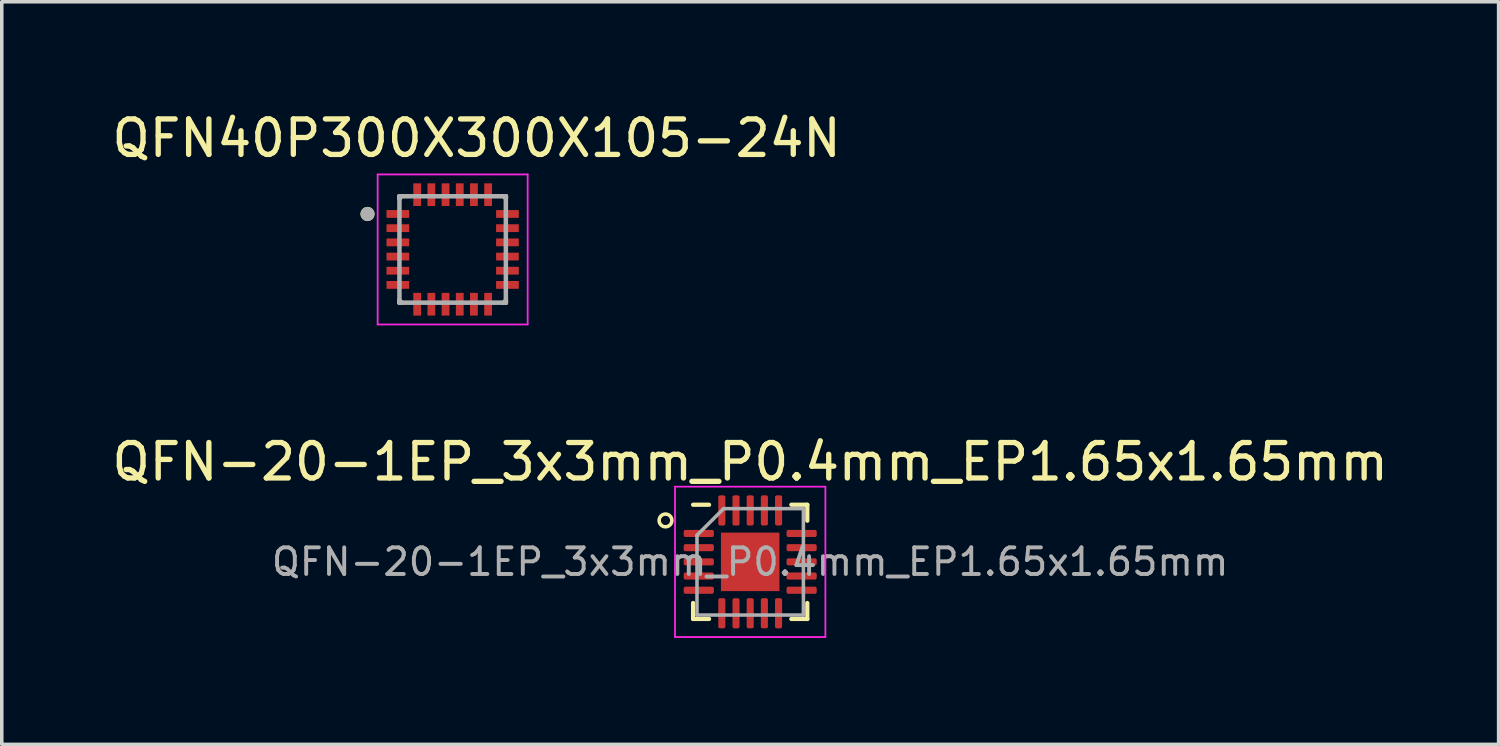
<source format=kicad_pcb>
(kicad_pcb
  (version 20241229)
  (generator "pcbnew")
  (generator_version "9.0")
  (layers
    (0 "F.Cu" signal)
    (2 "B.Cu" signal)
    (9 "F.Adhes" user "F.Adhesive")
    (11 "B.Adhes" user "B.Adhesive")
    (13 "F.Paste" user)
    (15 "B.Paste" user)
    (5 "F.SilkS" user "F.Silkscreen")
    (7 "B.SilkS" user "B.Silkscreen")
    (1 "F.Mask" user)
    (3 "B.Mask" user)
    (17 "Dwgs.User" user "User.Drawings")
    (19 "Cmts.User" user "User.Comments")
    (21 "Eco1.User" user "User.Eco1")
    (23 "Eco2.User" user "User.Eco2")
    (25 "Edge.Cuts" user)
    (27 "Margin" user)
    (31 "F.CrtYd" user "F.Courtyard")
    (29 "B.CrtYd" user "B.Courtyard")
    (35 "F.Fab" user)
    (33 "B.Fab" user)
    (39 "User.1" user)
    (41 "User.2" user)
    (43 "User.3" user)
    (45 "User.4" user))
  (footprint "QFN-20-1EP_3x3mm_P0.4mm_EP1.65x1.65mm"
    (layer "F.Cu")
    (at 18.101 12.791)
    (property "Reference" "QFN-20-1EP_3x3mm_P0.4mm_EP1.65x1.65mm" (at 0 -2.82 180) (layer "F.SilkS") (effects (font (size 1 1) (thickness 0.15))))
    (attr smd)
    (fp_line (start -1.61 1.61) (end -1.61 1.16) (stroke (width 0.12) (type solid)) (layer "F.SilkS"))
    (fp_line (start -1.16 -1.61) (end -1.61 -1.61) (stroke (width 0.12) (type solid)) (layer "F.SilkS"))
    (fp_line (start -1.16 1.61) (end -1.61 1.61) (stroke (width 0.12) (type solid)) (layer "F.SilkS"))
    (fp_line (start 1.16 -1.61) (end 1.61 -1.61) (stroke (width 0.12) (type solid)) (layer "F.SilkS"))
    (fp_line (start 1.16 1.61) (end 1.61 1.61) (stroke (width 0.12) (type solid)) (layer "F.SilkS"))
    (fp_line (start 1.61 -1.61) (end 1.61 -1.16) (stroke (width 0.12) (type solid)) (layer "F.SilkS"))
    (fp_line (start 1.61 1.61) (end 1.61 1.16) (stroke (width 0.12) (type solid)) (layer "F.SilkS"))
    (fp_circle (center -2.388 -1.168) (end -2.261 -1.295) (stroke (width 0.1) (type default)) (fill no) (layer "F.SilkS"))
    (fp_line (start -2.12 -2.12) (end -2.12 2.12) (stroke (width 0.05) (type solid)) (layer "F.CrtYd"))
    (fp_line (start -2.12 2.12) (end 2.12 2.12) (stroke (width 0.05) (type solid)) (layer "F.CrtYd"))
    (fp_line (start 2.12 -2.12) (end -2.12 -2.12) (stroke (width 0.05) (type solid)) (layer "F.CrtYd"))
    (fp_line (start 2.12 2.12) (end 2.12 -2.12) (stroke (width 0.05) (type solid)) (layer "F.CrtYd"))
    (fp_line (start -1.5 -0.75) (end -0.75 -1.5) (stroke (width 0.1) (type solid)) (layer "F.Fab"))
    (fp_line (start -1.5 1.5) (end -1.5 -0.75) (stroke (width 0.1) (type solid)) (layer "F.Fab"))
    (fp_line (start -0.75 -1.5) (end 1.5 -1.5) (stroke (width 0.1) (type solid)) (layer "F.Fab"))
    (fp_line (start 1.5 -1.5) (end 1.5 1.5) (stroke (width 0.1) (type solid)) (layer "F.Fab"))
    (fp_line (start 1.5 1.5) (end -1.5 1.5) (stroke (width 0.1) (type solid)) (layer "F.Fab"))
    (fp_text user "${REFERENCE}" (at 0 0 180) (layer "F.Fab") (effects (font (size 0.75 0.75) (thickness 0.11))))
    (pad "" smd roundrect (at -0.41 -0.41) (size 0.67 0.67) (layers "F.Paste") (roundrect_rratio 0.25))
    (pad "" smd roundrect (at -0.41 0.41) (size 0.67 0.67) (layers "F.Paste") (roundrect_rratio 0.25))
    (pad "" smd roundrect (at 0.41 -0.41) (size 0.67 0.67) (layers "F.Paste") (roundrect_rratio 0.25))
    (pad "" smd roundrect (at 0.41 0.41) (size 0.67 0.67) (layers "F.Paste") (roundrect_rratio 0.25))
    (pad "1" smd roundrect (at -1.45 -0.8) (size 0.85 0.2) (layers "F.Cu" "F.Mask" "F.Paste") (roundrect_rratio 0.25))
    (pad "2" smd roundrect (at -1.45 -0.4) (size 0.85 0.2) (layers "F.Cu" "F.Mask" "F.Paste") (roundrect_rratio 0.25))
    (pad "3" smd roundrect (at -1.45 0) (size 0.85 0.2) (layers "F.Cu" "F.Mask" "F.Paste") (roundrect_rratio 0.25))
    (pad "4" smd roundrect (at -1.45 0.4) (size 0.85 0.2) (layers "F.Cu" "F.Mask" "F.Paste") (roundrect_rratio 0.25))
    (pad "5" smd roundrect (at -1.45 0.8) (size 0.85 0.2) (layers "F.Cu" "F.Mask" "F.Paste") (roundrect_rratio 0.25))
    (pad "6" smd roundrect (at -0.8 1.45) (size 0.2 0.85) (layers "F.Cu" "F.Mask" "F.Paste") (roundrect_rratio 0.25))
    (pad "7" smd roundrect (at -0.4 1.45) (size 0.2 0.85) (layers "F.Cu" "F.Mask" "F.Paste") (roundrect_rratio 0.25))
    (pad "8" smd roundrect (at 0 1.45) (size 0.2 0.85) (layers "F.Cu" "F.Mask" "F.Paste") (roundrect_rratio 0.25))
    (pad "9" smd roundrect (at 0.4 1.45) (size 0.2 0.85) (layers "F.Cu" "F.Mask" "F.Paste") (roundrect_rratio 0.25))
    (pad "10" smd roundrect (at 0.8 1.45) (size 0.2 0.85) (layers "F.Cu" "F.Mask" "F.Paste") (roundrect_rratio 0.25))
    (pad "11" smd roundrect (at 1.45 0.8) (size 0.85 0.2) (layers "F.Cu" "F.Mask" "F.Paste") (roundrect_rratio 0.25))
    (pad "12" smd roundrect (at 1.45 0.4) (size 0.85 0.2) (layers "F.Cu" "F.Mask" "F.Paste") (roundrect_rratio 0.25))
    (pad "13" smd roundrect (at 1.45 0) (size 0.85 0.2) (layers "F.Cu" "F.Mask" "F.Paste") (roundrect_rratio 0.25))
    (pad "14" smd roundrect (at 1.45 -0.4) (size 0.85 0.2) (layers "F.Cu" "F.Mask" "F.Paste") (roundrect_rratio 0.25))
    (pad "15" smd roundrect (at 1.45 -0.8) (size 0.85 0.2) (layers "F.Cu" "F.Mask" "F.Paste") (roundrect_rratio 0.25))
    (pad "16" smd roundrect (at 0.8 -1.45) (size 0.2 0.85) (layers "F.Cu" "F.Mask" "F.Paste") (roundrect_rratio 0.25))
    (pad "17" smd roundrect (at 0.4 -1.45) (size 0.2 0.85) (layers "F.Cu" "F.Mask" "F.Paste") (roundrect_rratio 0.25))
    (pad "18" smd roundrect (at 0 -1.45) (size 0.2 0.85) (layers "F.Cu" "F.Mask" "F.Paste") (roundrect_rratio 0.25))
    (pad "19" smd roundrect (at -0.4 -1.45) (size 0.2 0.85) (layers "F.Cu" "F.Mask" "F.Paste") (roundrect_rratio 0.25))
    (pad "20" smd roundrect (at -0.8 -1.45) (size 0.2 0.85) (layers "F.Cu" "F.Mask" "F.Paste") (roundrect_rratio 0.25))
    (pad "21" smd rect (at 0 0) (size 1.65 1.65) (layers "F.Cu" "F.Mask")))
  (footprint "QFN40P300X300X105-24N"
    (layer "F.Cu")
    (at 9.712 3.983)
    (property "Reference" "QFN40P300X300X105-24N" (at 0.675 -3.135 0) (layer "F.SilkS") (effects (font (size 1 1) (thickness 0.15))))
    (attr smd)
    (fp_line (start -1.5 -1.5) (end -1.5 -1.43) (stroke (width 0.127) (type solid)) (layer "F.SilkS"))
    (fp_line (start -1.5 1.43) (end -1.5 1.5) (stroke (width 0.127) (type solid)) (layer "F.SilkS"))
    (fp_line (start -1.5 1.5) (end -1.43 1.5) (stroke (width 0.127) (type solid)) (layer "F.SilkS"))
    (fp_line (start -1.43 -1.5) (end -1.5 -1.5) (stroke (width 0.127) (type solid)) (layer "F.SilkS"))
    (fp_line (start 1.43 1.5) (end 1.5 1.5) (stroke (width 0.127) (type solid)) (layer "F.SilkS"))
    (fp_line (start 1.5 -1.5) (end 1.43 -1.5) (stroke (width 0.127) (type solid)) (layer "F.SilkS"))
    (fp_line (start 1.5 -1.43) (end 1.5 -1.5) (stroke (width 0.127) (type solid)) (layer "F.SilkS"))
    (fp_line (start 1.5 1.5) (end 1.5 1.43) (stroke (width 0.127) (type solid)) (layer "F.SilkS"))
    (fp_circle (center -2.4 -1) (end -2.3 -1) (stroke (width 0.2) (type solid)) (fill no) (layer "F.SilkS"))
    (fp_line (start -2.115 -2.115) (end 2.115 -2.115) (stroke (width 0.05) (type solid)) (layer "F.CrtYd"))
    (fp_line (start -2.115 2.115) (end -2.115 -2.115) (stroke (width 0.05) (type solid)) (layer "F.CrtYd"))
    (fp_line (start 2.115 -2.115) (end 2.115 2.115) (stroke (width 0.05) (type solid)) (layer "F.CrtYd"))
    (fp_line (start 2.115 2.115) (end -2.115 2.115) (stroke (width 0.05) (type solid)) (layer "F.CrtYd"))
    (fp_line (start -1.5 -1.5) (end 1.5 -1.5) (stroke (width 0.127) (type solid)) (layer "F.Fab"))
    (fp_line (start -1.5 1.5) (end -1.5 -1.5) (stroke (width 0.127) (type solid)) (layer "F.Fab"))
    (fp_line (start 1.5 -1.5) (end 1.5 1.5) (stroke (width 0.127) (type solid)) (layer "F.Fab"))
    (fp_line (start 1.5 1.5) (end -1.5 1.5) (stroke (width 0.127) (type solid)) (layer "F.Fab"))
    (fp_circle (center -2.4 -1) (end -2.3 -1) (stroke (width 0.2) (type solid)) (fill no) (layer "F.Fab"))
    (pad "1" smd roundrect (at -1.545 -1) (size 0.64 0.22) (layers "F.Cu" "F.Mask" "F.Paste") (roundrect_rratio 0.03))
    (pad "2" smd roundrect (at -1.545 -0.6) (size 0.64 0.22) (layers "F.Cu" "F.Mask" "F.Paste") (roundrect_rratio 0.03))
    (pad "3" smd roundrect (at -1.545 -0.2) (size 0.64 0.22) (layers "F.Cu" "F.Mask" "F.Paste") (roundrect_rratio 0.03))
    (pad "4" smd roundrect (at -1.545 0.2) (size 0.64 0.22) (layers "F.Cu" "F.Mask" "F.Paste") (roundrect_rratio 0.03))
    (pad "5" smd roundrect (at -1.545 0.6) (size 0.64 0.22) (layers "F.Cu" "F.Mask" "F.Paste") (roundrect_rratio 0.03))
    (pad "6" smd roundrect (at -1.545 1) (size 0.64 0.22) (layers "F.Cu" "F.Mask" "F.Paste") (roundrect_rratio 0.03))
    (pad "7" smd roundrect (at -1 1.545 90) (size 0.64 0.22) (layers "F.Cu" "F.Mask" "F.Paste") (roundrect_rratio 0.03))
    (pad "8" smd roundrect (at -0.6 1.545 90) (size 0.64 0.22) (layers "F.Cu" "F.Mask" "F.Paste") (roundrect_rratio 0.03))
    (pad "9" smd roundrect (at -0.2 1.545 90) (size 0.64 0.22) (layers "F.Cu" "F.Mask" "F.Paste") (roundrect_rratio 0.03))
    (pad "10" smd roundrect (at 0.2 1.545 90) (size 0.64 0.22) (layers "F.Cu" "F.Mask" "F.Paste") (roundrect_rratio 0.03))
    (pad "11" smd roundrect (at 0.6 1.545 90) (size 0.64 0.22) (layers "F.Cu" "F.Mask" "F.Paste") (roundrect_rratio 0.03))
    (pad "12" smd roundrect (at 1 1.545 90) (size 0.64 0.22) (layers "F.Cu" "F.Mask" "F.Paste") (roundrect_rratio 0.03))
    (pad "13" smd roundrect (at 1.545 1 180) (size 0.64 0.22) (layers "F.Cu" "F.Mask" "F.Paste") (roundrect_rratio 0.03))
    (pad "14" smd roundrect (at 1.545 0.6 180) (size 0.64 0.22) (layers "F.Cu" "F.Mask" "F.Paste") (roundrect_rratio 0.03))
    (pad "15" smd roundrect (at 1.545 0.2 180) (size 0.64 0.22) (layers "F.Cu" "F.Mask" "F.Paste") (roundrect_rratio 0.03))
    (pad "16" smd roundrect (at 1.545 -0.2 180) (size 0.64 0.22) (layers "F.Cu" "F.Mask" "F.Paste") (roundrect_rratio 0.03))
    (pad "17" smd roundrect (at 1.545 -0.6 180) (size 0.64 0.22) (layers "F.Cu" "F.Mask" "F.Paste") (roundrect_rratio 0.03))
    (pad "18" smd roundrect (at 1.545 -1 180) (size 0.64 0.22) (layers "F.Cu" "F.Mask" "F.Paste") (roundrect_rratio 0.03))
    (pad "19" smd roundrect (at 1 -1.545 270) (size 0.64 0.22) (layers "F.Cu" "F.Mask" "F.Paste") (roundrect_rratio 0.03))
    (pad "20" smd roundrect (at 0.6 -1.545 270) (size 0.64 0.22) (layers "F.Cu" "F.Mask" "F.Paste") (roundrect_rratio 0.03))
    (pad "21" smd roundrect (at 0.2 -1.545 270) (size 0.64 0.22) (layers "F.Cu" "F.Mask" "F.Paste") (roundrect_rratio 0.03))
    (pad "22" smd roundrect (at -0.2 -1.545 270) (size 0.64 0.22) (layers "F.Cu" "F.Mask" "F.Paste") (roundrect_rratio 0.03))
    (pad "23" smd roundrect (at -0.6 -1.545 270) (size 0.64 0.22) (layers "F.Cu" "F.Mask" "F.Paste") (roundrect_rratio 0.03))
    (pad "24" smd roundrect (at -1 -1.545 270) (size 0.64 0.22) (layers "F.Cu" "F.Mask" "F.Paste") (roundrect_rratio 0.03))
    (zone (net_name "") (layer "F.Cu") (hatch full 0.508) (connect_pads) (min_thickness 0.01) (filled_areas_thickness no) (keepout (tracks not_allowed) (vias not_allowed) (pads not_allowed) (copperpour not_allowed) (footprints allowed)) (placement (enabled no)) (fill) (polygon (pts (xy 8.862 3.213) (xy 10.562 3.213) (xy 10.562 4.753) (xy 8.862 4.753))))
    (zone (net_name "") (layers "F.Cu" "B.Cu") (hatch full 0.508) (connect_pads) (min_thickness 0.01) (filled_areas_thickness no) (keepout (tracks allowed) (vias not_allowed) (pads allowed) (copperpour allowed) (footprints allowed)) (placement (enabled no)) (fill) (polygon (pts (xy 8.862 3.213) (xy 10.562 3.213) (xy 10.562 4.753) (xy 8.862 4.753)))))
  (gr_rect
    (start -3 -3)
    (end 39.202 17.936)
    (stroke (width 0.1) (type default))
    (fill no)
    (layer "Edge.Cuts")))
</source>
